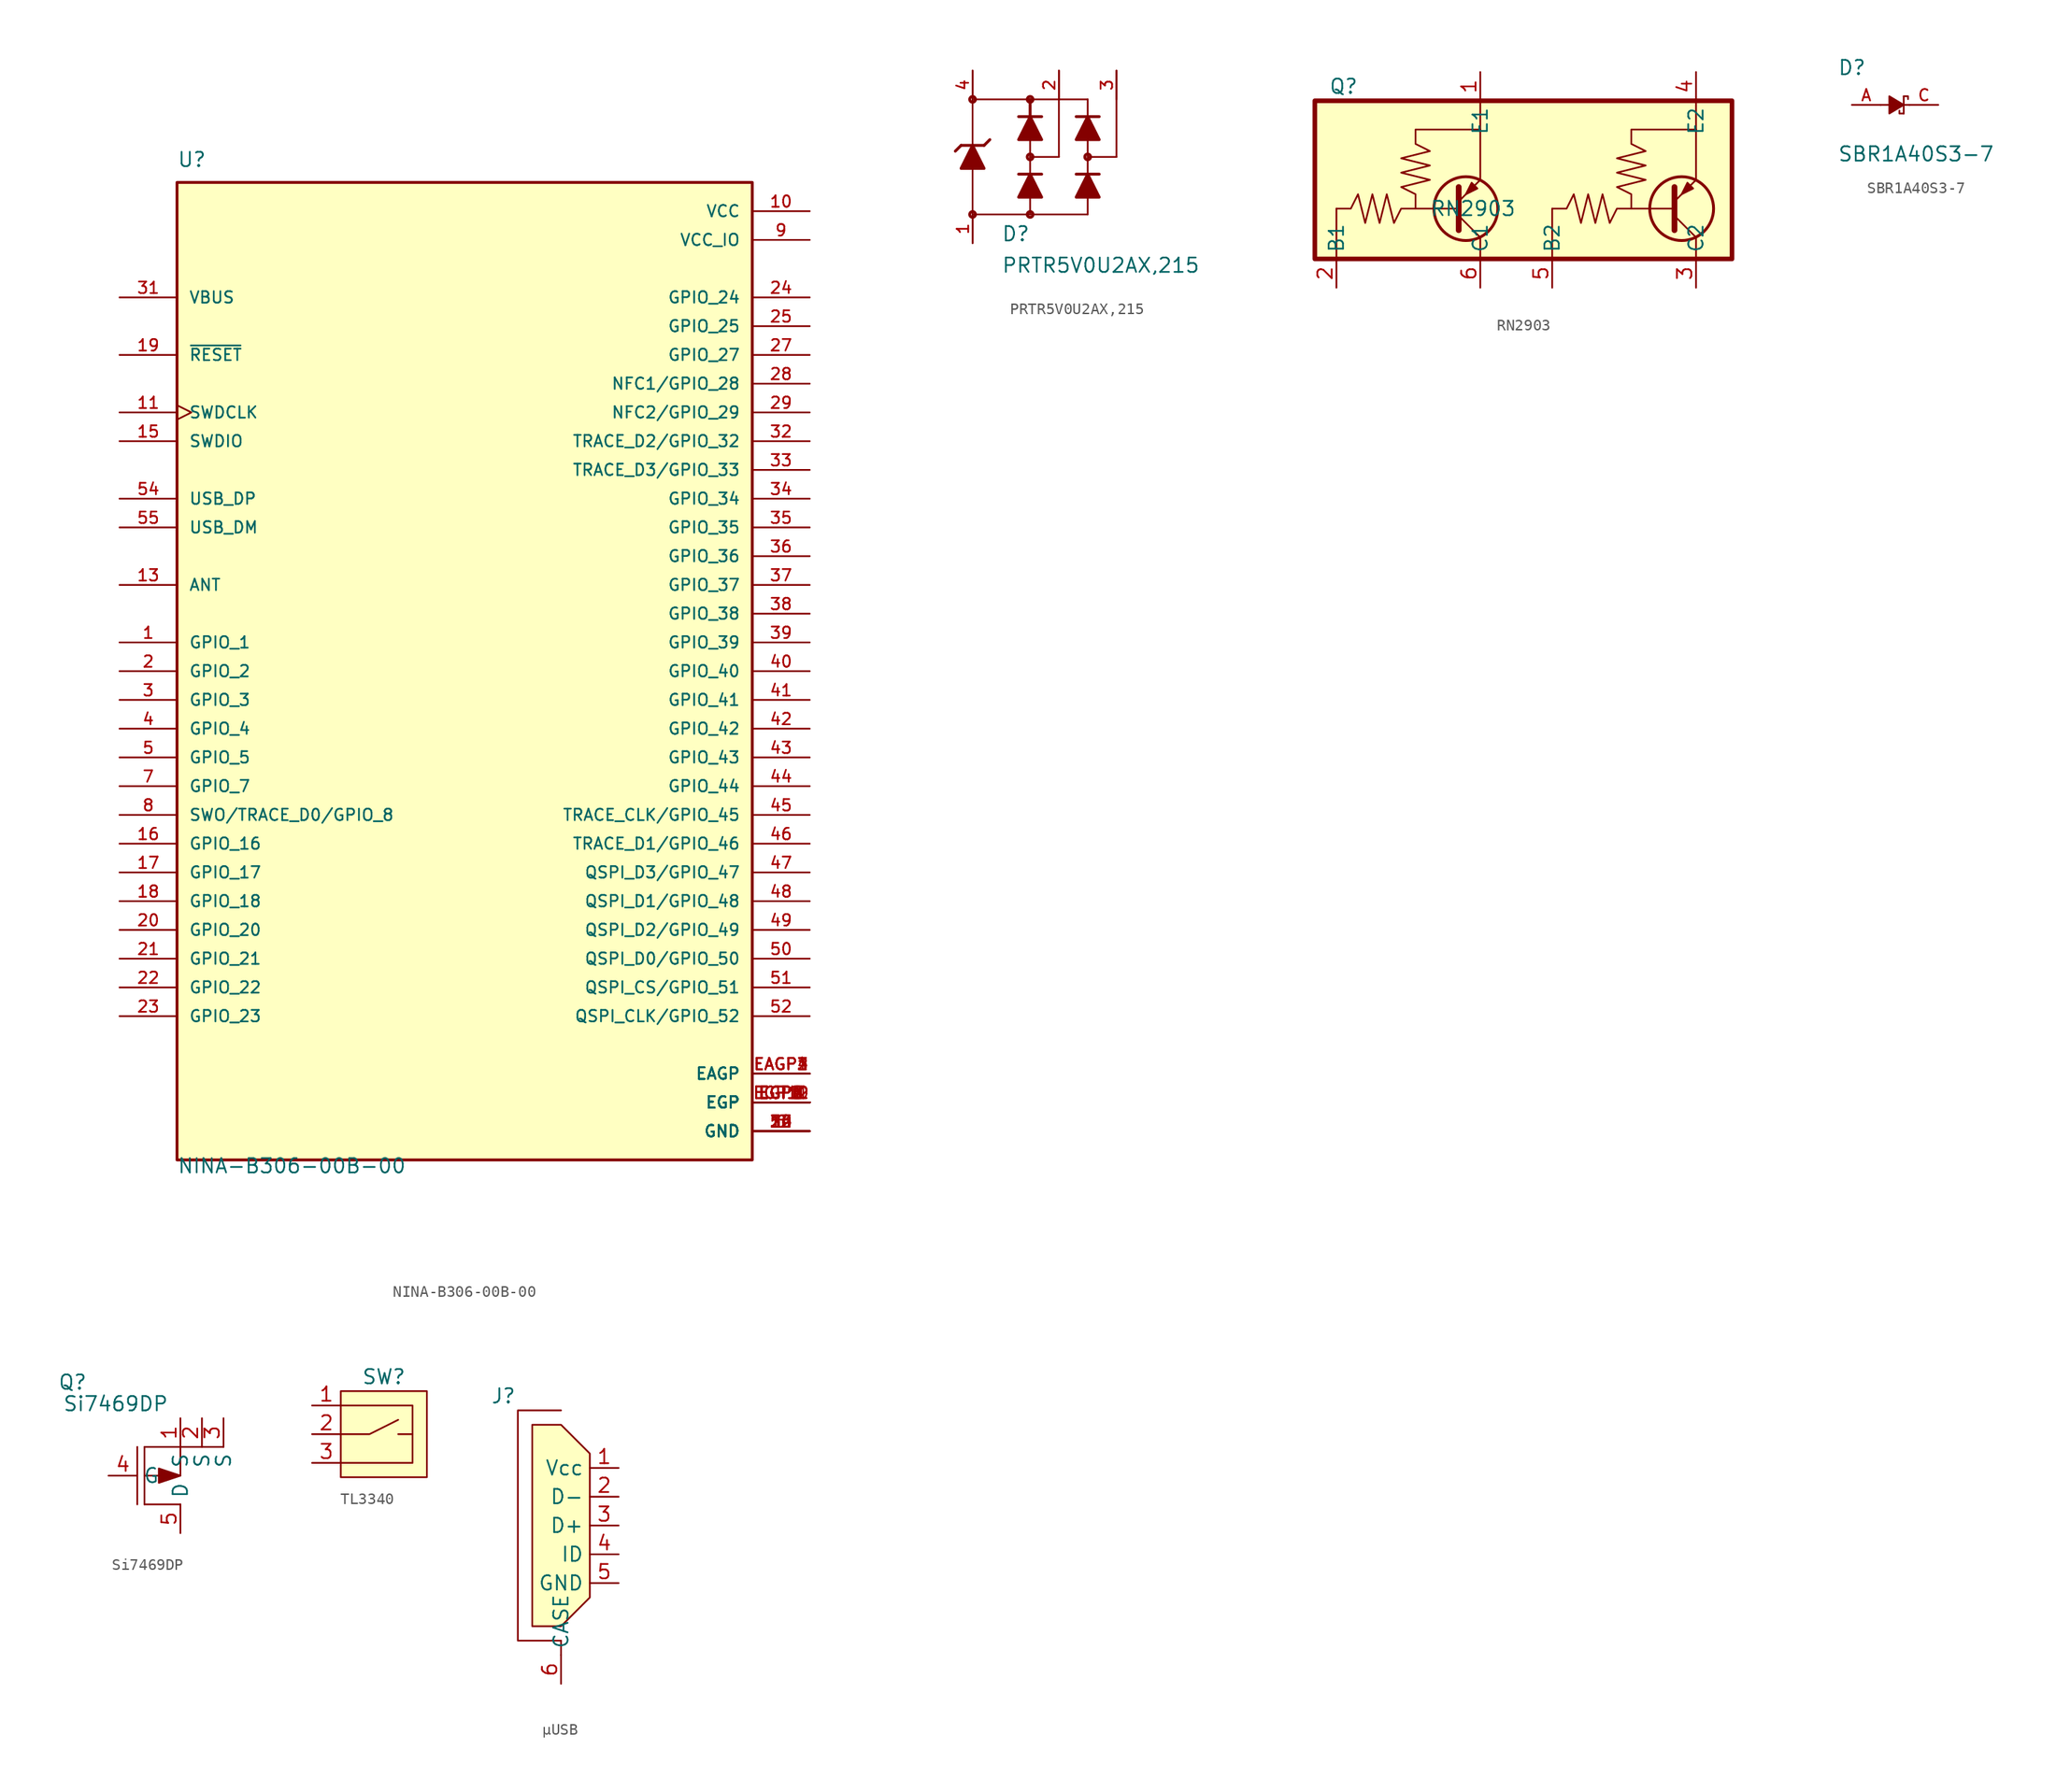
<source format=kicad_sym>
(kicad_symbol_lib
  (version 20241209)
  (generator "kicad_symbol_editor")
  (generator_version "9.0")
  (symbol "NINA-B306-00B-00"
    (pin_names
      (offset 1.016))
    (property "Reference" "U"
      (at -25.4 44.45 0)
      (effects (font (size 1.27 1.27)) (justify left bottom)))
    (property "Value" "NINA-B306-00B-00"
      (at -25.4 -44.45 0)
      (effects (font (size 1.27 1.27)) (justify left bottom)))
    (property "ki_locked" ""
      (at 0 0 0)
      (effects (font (size 1.27 1.27))))
    (symbol "NINA-B306-00B-00_0_0"
      (rectangle (start -25.4 -43.18) (end 25.4 43.18) (stroke (width 0.254) (type default)) (fill (type background)))
      (pin input line (at -30.48 33.02 0) (length 5.08) (name "VBUS" (effects (font (size 1.016 1.016)))) (number "31" (effects (font (size 1.016 1.016)))))
      (pin bidirectional line (at -30.48 27.94 0) (length 5.08) (name "~{RESET}" (effects (font (size 1.016 1.016)))) (number "19" (effects (font (size 1.016 1.016)))))
      (pin input clock (at -30.48 22.86 0) (length 5.08) (name "SWDCLK" (effects (font (size 1.016 1.016)))) (number "11" (effects (font (size 1.016 1.016)))))
      (pin bidirectional line (at -30.48 20.32 0) (length 5.08) (name "SWDIO" (effects (font (size 1.016 1.016)))) (number "15" (effects (font (size 1.016 1.016)))))
      (pin bidirectional line (at -30.48 15.24 0) (length 5.08) (name "USB_DP" (effects (font (size 1.016 1.016)))) (number "54" (effects (font (size 1.016 1.016)))))
      (pin bidirectional line (at -30.48 12.7 0) (length 5.08) (name "USB_DM" (effects (font (size 1.016 1.016)))) (number "55" (effects (font (size 1.016 1.016)))))
      (pin bidirectional line (at -30.48 7.62 0) (length 5.08) (name "ANT" (effects (font (size 1.016 1.016)))) (number "13" (effects (font (size 1.016 1.016)))))
      (pin bidirectional line (at -30.48 2.54 0) (length 5.08) (name "GPIO_1" (effects (font (size 1.016 1.016)))) (number "1" (effects (font (size 1.016 1.016)))))
      (pin bidirectional line (at -30.48 0 0) (length 5.08) (name "GPIO_2" (effects (font (size 1.016 1.016)))) (number "2" (effects (font (size 1.016 1.016)))))
      (pin bidirectional line (at -30.48 -2.54 0) (length 5.08) (name "GPIO_3" (effects (font (size 1.016 1.016)))) (number "3" (effects (font (size 1.016 1.016)))))
      (pin bidirectional line (at -30.48 -5.08 0) (length 5.08) (name "GPIO_4" (effects (font (size 1.016 1.016)))) (number "4" (effects (font (size 1.016 1.016)))))
      (pin bidirectional line (at -30.48 -7.62 0) (length 5.08) (name "GPIO_5" (effects (font (size 1.016 1.016)))) (number "5" (effects (font (size 1.016 1.016)))))
      (pin bidirectional line (at -30.48 -10.16 0) (length 5.08) (name "GPIO_7" (effects (font (size 1.016 1.016)))) (number "7" (effects (font (size 1.016 1.016)))))
      (pin bidirectional line (at -30.48 -12.7 0) (length 5.08) (name "SWO/TRACE_D0/GPIO_8" (effects (font (size 1.016 1.016)))) (number "8" (effects (font (size 1.016 1.016)))))
      (pin bidirectional line (at -30.48 -15.24 0) (length 5.08) (name "GPIO_16" (effects (font (size 1.016 1.016)))) (number "16" (effects (font (size 1.016 1.016)))))
      (pin bidirectional line (at -30.48 -17.78 0) (length 5.08) (name "GPIO_17" (effects (font (size 1.016 1.016)))) (number "17" (effects (font (size 1.016 1.016)))))
      (pin bidirectional line (at -30.48 -20.32 0) (length 5.08) (name "GPIO_18" (effects (font (size 1.016 1.016)))) (number "18" (effects (font (size 1.016 1.016)))))
      (pin bidirectional line (at -30.48 -22.86 0) (length 5.08) (name "GPIO_20" (effects (font (size 1.016 1.016)))) (number "20" (effects (font (size 1.016 1.016)))))
      (pin bidirectional line (at -30.48 -25.4 0) (length 5.08) (name "GPIO_21" (effects (font (size 1.016 1.016)))) (number "21" (effects (font (size 1.016 1.016)))))
      (pin bidirectional line (at -30.48 -27.94 0) (length 5.08) (name "GPIO_22" (effects (font (size 1.016 1.016)))) (number "22" (effects (font (size 1.016 1.016)))))
      (pin bidirectional line (at -30.48 -30.48 0) (length 5.08) (name "GPIO_23" (effects (font (size 1.016 1.016)))) (number "23" (effects (font (size 1.016 1.016)))))
      (pin power_in line (at 30.48 40.64 180) (length 5.08) (name "VCC" (effects (font (size 1.016 1.016)))) (number "10" (effects (font (size 1.016 1.016)))))
      (pin power_in line (at 30.48 38.1 180) (length 5.08) (name "VCC_IO" (effects (font (size 1.016 1.016)))) (number "9" (effects (font (size 1.016 1.016)))))
      (pin bidirectional line (at 30.48 33.02 180) (length 5.08) (name "GPIO_24" (effects (font (size 1.016 1.016)))) (number "24" (effects (font (size 1.016 1.016)))))
      (pin bidirectional line (at 30.48 30.48 180) (length 5.08) (name "GPIO_25" (effects (font (size 1.016 1.016)))) (number "25" (effects (font (size 1.016 1.016)))))
      (pin bidirectional line (at 30.48 27.94 180) (length 5.08) (name "GPIO_27" (effects (font (size 1.016 1.016)))) (number "27" (effects (font (size 1.016 1.016)))))
      (pin bidirectional line (at 30.48 25.4 180) (length 5.08) (name "NFC1/GPIO_28" (effects (font (size 1.016 1.016)))) (number "28" (effects (font (size 1.016 1.016)))))
      (pin bidirectional line (at 30.48 22.86 180) (length 5.08) (name "NFC2/GPIO_29" (effects (font (size 1.016 1.016)))) (number "29" (effects (font (size 1.016 1.016)))))
      (pin bidirectional line (at 30.48 20.32 180) (length 5.08) (name "TRACE_D2/GPIO_32" (effects (font (size 1.016 1.016)))) (number "32" (effects (font (size 1.016 1.016)))))
      (pin bidirectional line (at 30.48 17.78 180) (length 5.08) (name "TRACE_D3/GPIO_33" (effects (font (size 1.016 1.016)))) (number "33" (effects (font (size 1.016 1.016)))))
      (pin bidirectional line (at 30.48 15.24 180) (length 5.08) (name "GPIO_34" (effects (font (size 1.016 1.016)))) (number "34" (effects (font (size 1.016 1.016)))))
      (pin bidirectional line (at 30.48 12.7 180) (length 5.08) (name "GPIO_35" (effects (font (size 1.016 1.016)))) (number "35" (effects (font (size 1.016 1.016)))))
      (pin bidirectional line (at 30.48 10.16 180) (length 5.08) (name "GPIO_36" (effects (font (size 1.016 1.016)))) (number "36" (effects (font (size 1.016 1.016)))))
      (pin bidirectional line (at 30.48 7.62 180) (length 5.08) (name "GPIO_37" (effects (font (size 1.016 1.016)))) (number "37" (effects (font (size 1.016 1.016)))))
      (pin bidirectional line (at 30.48 5.08 180) (length 5.08) (name "GPIO_38" (effects (font (size 1.016 1.016)))) (number "38" (effects (font (size 1.016 1.016)))))
      (pin bidirectional line (at 30.48 2.54 180) (length 5.08) (name "GPIO_39" (effects (font (size 1.016 1.016)))) (number "39" (effects (font (size 1.016 1.016)))))
      (pin bidirectional line (at 30.48 0 180) (length 5.08) (name "GPIO_40" (effects (font (size 1.016 1.016)))) (number "40" (effects (font (size 1.016 1.016)))))
      (pin bidirectional line (at 30.48 -2.54 180) (length 5.08) (name "GPIO_41" (effects (font (size 1.016 1.016)))) (number "41" (effects (font (size 1.016 1.016)))))
      (pin bidirectional line (at 30.48 -5.08 180) (length 5.08) (name "GPIO_42" (effects (font (size 1.016 1.016)))) (number "42" (effects (font (size 1.016 1.016)))))
      (pin bidirectional line (at 30.48 -7.62 180) (length 5.08) (name "GPIO_43" (effects (font (size 1.016 1.016)))) (number "43" (effects (font (size 1.016 1.016)))))
      (pin bidirectional line (at 30.48 -10.16 180) (length 5.08) (name "GPIO_44" (effects (font (size 1.016 1.016)))) (number "44" (effects (font (size 1.016 1.016)))))
      (pin bidirectional line (at 30.48 -12.7 180) (length 5.08) (name "TRACE_CLK/GPIO_45" (effects (font (size 1.016 1.016)))) (number "45" (effects (font (size 1.016 1.016)))))
      (pin bidirectional line (at 30.48 -15.24 180) (length 5.08) (name "TRACE_D1/GPIO_46" (effects (font (size 1.016 1.016)))) (number "46" (effects (font (size 1.016 1.016)))))
      (pin bidirectional line (at 30.48 -17.78 180) (length 5.08) (name "QSPI_D3/GPIO_47" (effects (font (size 1.016 1.016)))) (number "47" (effects (font (size 1.016 1.016)))))
      (pin bidirectional line (at 30.48 -20.32 180) (length 5.08) (name "QSPI_D1/GPIO_48" (effects (font (size 1.016 1.016)))) (number "48" (effects (font (size 1.016 1.016)))))
      (pin bidirectional line (at 30.48 -22.86 180) (length 5.08) (name "QSPI_D2/GPIO_49" (effects (font (size 1.016 1.016)))) (number "49" (effects (font (size 1.016 1.016)))))
      (pin bidirectional line (at 30.48 -25.4 180) (length 5.08) (name "QSPI_D0/GPIO_50" (effects (font (size 1.016 1.016)))) (number "50" (effects (font (size 1.016 1.016)))))
      (pin bidirectional line (at 30.48 -27.94 180) (length 5.08) (name "QSPI_CS/GPIO_51" (effects (font (size 1.016 1.016)))) (number "51" (effects (font (size 1.016 1.016)))))
      (pin bidirectional line (at 30.48 -30.48 180) (length 5.08) (name "QSPI_CLK/GPIO_52" (effects (font (size 1.016 1.016)))) (number "52" (effects (font (size 1.016 1.016)))))
      (pin power_in line (at 30.48 -35.56 180) (length 5.08) (name "EAGP" (effects (font (size 1.016 1.016)))) (number "EAGP1" (effects (font (size 1.016 1.016)))))
      (pin power_in line (at 30.48 -35.56 180) (length 5.08) (name "EAGP" (effects (font (size 1.016 1.016)))) (number "EAGP2" (effects (font (size 1.016 1.016)))))
      (pin power_in line (at 30.48 -35.56 180) (length 5.08) (name "EAGP" (effects (font (size 1.016 1.016)))) (number "EAGP3" (effects (font (size 1.016 1.016)))))
      (pin power_in line (at 30.48 -35.56 180) (length 5.08) (name "EAGP" (effects (font (size 1.016 1.016)))) (number "EAGP4" (effects (font (size 1.016 1.016)))))
      (pin power_in line (at 30.48 -38.1 180) (length 5.08) (name "EGP" (effects (font (size 1.016 1.016)))) (number "EGP1" (effects (font (size 1.016 1.016)))))
      (pin power_in line (at 30.48 -38.1 180) (length 5.08) (name "EGP" (effects (font (size 1.016 1.016)))) (number "EGP10" (effects (font (size 1.016 1.016)))))
      (pin power_in line (at 30.48 -38.1 180) (length 5.08) (name "EGP" (effects (font (size 1.016 1.016)))) (number "EGP11" (effects (font (size 1.016 1.016)))))
      (pin power_in line (at 30.48 -38.1 180) (length 5.08) (name "EGP" (effects (font (size 1.016 1.016)))) (number "EGP12" (effects (font (size 1.016 1.016)))))
      (pin power_in line (at 30.48 -38.1 180) (length 5.08) (name "EGP" (effects (font (size 1.016 1.016)))) (number "EGP2" (effects (font (size 1.016 1.016)))))
      (pin power_in line (at 30.48 -38.1 180) (length 5.08) (name "EGP" (effects (font (size 1.016 1.016)))) (number "EGP3" (effects (font (size 1.016 1.016)))))
      (pin power_in line (at 30.48 -38.1 180) (length 5.08) (name "EGP" (effects (font (size 1.016 1.016)))) (number "EGP4" (effects (font (size 1.016 1.016)))))
      (pin power_in line (at 30.48 -38.1 180) (length 5.08) (name "EGP" (effects (font (size 1.016 1.016)))) (number "EGP5" (effects (font (size 1.016 1.016)))))
      (pin power_in line (at 30.48 -38.1 180) (length 5.08) (name "EGP" (effects (font (size 1.016 1.016)))) (number "EGP6" (effects (font (size 1.016 1.016)))))
      (pin power_in line (at 30.48 -38.1 180) (length 5.08) (name "EGP" (effects (font (size 1.016 1.016)))) (number "EGP7" (effects (font (size 1.016 1.016)))))
      (pin power_in line (at 30.48 -38.1 180) (length 5.08) (name "EGP" (effects (font (size 1.016 1.016)))) (number "EGP8" (effects (font (size 1.016 1.016)))))
      (pin power_in line (at 30.48 -38.1 180) (length 5.08) (name "EGP" (effects (font (size 1.016 1.016)))) (number "EGP9" (effects (font (size 1.016 1.016)))))
      (pin power_in line (at 30.48 -40.64 180) (length 5.08) (name "GND" (effects (font (size 1.016 1.016)))) (number "12" (effects (font (size 1.016 1.016)))))
      (pin power_in line (at 30.48 -40.64 180) (length 5.08) (name "GND" (effects (font (size 1.016 1.016)))) (number "14" (effects (font (size 1.016 1.016)))))
      (pin power_in line (at 30.48 -40.64 180) (length 5.08) (name "GND" (effects (font (size 1.016 1.016)))) (number "26" (effects (font (size 1.016 1.016)))))
      (pin power_in line (at 30.48 -40.64 180) (length 5.08) (name "GND" (effects (font (size 1.016 1.016)))) (number "30" (effects (font (size 1.016 1.016)))))
      (pin power_in line (at 30.48 -40.64 180) (length 5.08) (name "GND" (effects (font (size 1.016 1.016)))) (number "53" (effects (font (size 1.016 1.016)))))
      (pin power_in line (at 30.48 -40.64 180) (length 5.08) (name "GND" (effects (font (size 1.016 1.016)))) (number "6" (effects (font (size 1.016 1.016)))))))
  (symbol "PRTR5V0U2AX,215"
    (pin_names
      (offset 1.016))
    (property "Reference" "D"
      (at -2.548 -7.541 0)
      (effects (font (size 1.27 1.27)) (justify left bottom)))
    (property "Value" "PRTR5V0U2AX,215"
      (at -2.542 -10.318 0)
      (effects (font (size 1.27 1.27)) (justify left bottom)))
    (symbol "PRTR5V0U2AX,215_0_0"
      (polyline (pts (xy -6.096 1.016) (xy -6.604 0.508)) (stroke (width 0.254) (type default)) (fill (type none)))
      (polyline (pts (xy -6.096 1.016) (xy -5.08 1.016)) (stroke (width 0.254) (type default)) (fill (type none)))
      (polyline (pts (xy -6.096 -1.016) (xy -5.08 1.016) (xy -4.064 -1.016) (xy -6.096 -1.016)) (stroke (width 0.254) (type default)) (fill (type outline)))
      (circle (center -5.08 5.08) (radius 0.254) (stroke (width 0.254) (type default)) (fill (type none)))
      (polyline (pts (xy -5.08 1.016) (xy -5.08 7.62)) (stroke (width 0.152) (type default)) (fill (type none)))
      (polyline (pts (xy -5.08 1.016) (xy -4.064 1.016)) (stroke (width 0.254) (type default)) (fill (type none)))
      (polyline (pts (xy -5.08 -1.016) (xy -5.08 -7.62)) (stroke (width 0.152) (type default)) (fill (type none)))
      (circle (center -5.08 -5.08) (radius 0.254) (stroke (width 0.254) (type default)) (fill (type none)))
      (polyline (pts (xy -4.064 1.016) (xy -3.556 1.524)) (stroke (width 0.254) (type default)) (fill (type none)))
      (polyline (pts (xy -1.016 3.556) (xy 0 3.556)) (stroke (width 0.254) (type default)) (fill (type none)))
      (polyline (pts (xy -1.016 1.524) (xy 0 3.556) (xy 1.016 1.524) (xy -1.016 1.524)) (stroke (width 0.254) (type default)) (fill (type outline)))
      (polyline (pts (xy -1.016 -1.524) (xy 0 -1.524)) (stroke (width 0.254) (type default)) (fill (type none)))
      (polyline (pts (xy -1.016 -3.556) (xy 0 -1.524) (xy 1.016 -3.556) (xy -1.016 -3.556)) (stroke (width 0.254) (type default)) (fill (type outline)))
      (circle (center 0 5.08) (radius 0.254) (stroke (width 0.254) (type default)) (fill (type none)))
      (polyline (pts (xy 0 5.08) (xy -5.08 5.08)) (stroke (width 0.152) (type default)) (fill (type none)))
      (polyline (pts (xy 0 3.556) (xy 0 5.08)) (stroke (width 0.254) (type default)) (fill (type none)))
      (polyline (pts (xy 0 3.556) (xy 1.016 3.556)) (stroke (width 0.254) (type default)) (fill (type none)))
      (polyline (pts (xy 0 0) (xy 0 1.524)) (stroke (width 0.152) (type default)) (fill (type none)))
      (polyline (pts (xy 0 0) (xy 2.54 0)) (stroke (width 0.152) (type default)) (fill (type none)))
      (circle (center 0 0) (radius 0.254) (stroke (width 0.254) (type default)) (fill (type none)))
      (polyline (pts (xy 0 -1.524) (xy 0 0)) (stroke (width 0.152) (type default)) (fill (type none)))
      (polyline (pts (xy 0 -1.524) (xy 1.016 -1.524)) (stroke (width 0.254) (type default)) (fill (type none)))
      (polyline (pts (xy 0 -3.556) (xy 0 -5.08)) (stroke (width 0.152) (type default)) (fill (type none)))
      (polyline (pts (xy 0 -5.08) (xy -5.08 -5.08)) (stroke (width 0.152) (type default)) (fill (type none)))
      (circle (center 0 -5.08) (radius 0.254) (stroke (width 0.254) (type default)) (fill (type none)))
      (polyline (pts (xy 2.54 0) (xy 2.54 7.62)) (stroke (width 0.152) (type default)) (fill (type none)))
      (polyline (pts (xy 4.064 3.556) (xy 5.08 3.556)) (stroke (width 0.254) (type default)) (fill (type none)))
      (polyline (pts (xy 4.064 1.524) (xy 5.08 3.556) (xy 6.096 1.524) (xy 4.064 1.524)) (stroke (width 0.254) (type default)) (fill (type outline)))
      (polyline (pts (xy 4.064 -1.524) (xy 5.08 -1.524)) (stroke (width 0.254) (type default)) (fill (type none)))
      (polyline (pts (xy 4.064 -3.556) (xy 5.08 -1.524) (xy 6.096 -3.556) (xy 4.064 -3.556)) (stroke (width 0.254) (type default)) (fill (type outline)))
      (polyline (pts (xy 5.08 5.08) (xy 0 5.08)) (stroke (width 0.152) (type default)) (fill (type none)))
      (polyline (pts (xy 5.08 3.556) (xy 5.08 5.08)) (stroke (width 0.152) (type default)) (fill (type none)))
      (polyline (pts (xy 5.08 3.556) (xy 6.096 3.556)) (stroke (width 0.254) (type default)) (fill (type none)))
      (polyline (pts (xy 5.08 0) (xy 5.08 1.524)) (stroke (width 0.152) (type default)) (fill (type none)))
      (polyline (pts (xy 5.08 0) (xy 7.62 0)) (stroke (width 0.152) (type default)) (fill (type none)))
      (circle (center 5.08 0) (radius 0.254) (stroke (width 0.254) (type default)) (fill (type none)))
      (polyline (pts (xy 5.08 -1.524) (xy 5.08 0)) (stroke (width 0.152) (type default)) (fill (type none)))
      (polyline (pts (xy 5.08 -1.524) (xy 6.096 -1.524)) (stroke (width 0.254) (type default)) (fill (type none)))
      (polyline (pts (xy 5.08 -3.556) (xy 5.08 -5.08)) (stroke (width 0.152) (type default)) (fill (type none)))
      (polyline (pts (xy 5.08 -5.08) (xy 0 -5.08)) (stroke (width 0.152) (type default)) (fill (type none)))
      (polyline (pts (xy 7.62 0) (xy 7.62 7.62)) (stroke (width 0.152) (type default)) (fill (type none)))
      (pin passive line (at -5.08 7.62 270) (length 2.54) (name "~" (effects (font (size 1.016 1.016)))) (number "4" (effects (font (size 1.016 1.016)))))
      (pin passive line (at -5.08 -7.62 90) (length 2.54) (name "~" (effects (font (size 1.016 1.016)))) (number "1" (effects (font (size 1.016 1.016)))))
      (pin passive line (at 2.54 7.62 270) (length 2.54) (name "~" (effects (font (size 1.016 1.016)))) (number "2" (effects (font (size 1.016 1.016)))))
      (pin passive line (at 7.62 7.62 270) (length 2.54) (name "~" (effects (font (size 1.016 1.016)))) (number "3" (effects (font (size 1.016 1.016)))))))
  (symbol "RN2903"
    (property "Reference" "Q"
      (at -15.875 10.16 0)
      (effects (font (size 1.27 1.27))))
    (property "Value" "RN2903"
      (at -4.445 -0.635 0)
      (effects (font (size 1.27 1.27))))
    (symbol "RN2903_0_0"
      (rectangle (start -18.415 8.89) (end 18.415 -5.08) (stroke (width 0.41) (type default)) (fill (type background))))
    (symbol "RN2903_0_1"
      (polyline (pts (xy -16.51 -0.635) (xy -16.51 -5.08)) (stroke (width 0) (type default)) (fill (type none)))
      (polyline (pts (xy -9.525 -0.635) (xy -9.525 0.635) (xy -10.795 1.27) (xy -8.255 1.905) (xy -10.795 2.54) (xy -8.255 3.175) (xy -10.795 3.81) (xy -8.255 4.445) (xy -9.525 5.08) (xy -9.525 6.35) (xy -3.81 6.35)) (stroke (width 0) (type default)) (fill (type none)))
      (polyline (pts (xy -5.715 0) (xy -3.81 1.905) (xy -3.81 1.905)) (stroke (width 0) (type default)) (fill (type none)))
      (polyline (pts (xy -5.715 -0.635) (xy -10.795 -0.635) (xy -11.43 -1.905) (xy -12.065 0.635) (xy -12.7 -1.905) (xy -13.335 0.635) (xy -13.97 -1.905) (xy -14.605 0.635) (xy -15.24 -0.635) (xy -16.51 -0.635)) (stroke (width 0) (type default)) (fill (type none)))
      (polyline (pts (xy -5.715 -1.27) (xy -3.81 -3.175)) (stroke (width 0) (type default)) (fill (type none)))
      (polyline (pts (xy -5.715 -2.54) (xy -5.715 1.27) (xy -5.715 1.27)) (stroke (width 0.508) (type default)) (fill (type none)))
      (circle (center -5.08 -0.635) (radius 2.819) (stroke (width 0.254) (type default)) (fill (type none)))
      (polyline (pts (xy -4.064 1.143) (xy -4.572 1.651) (xy -5.08 0.635) (xy -4.064 1.143) (xy -4.064 1.143)) (stroke (width 0) (type default)) (fill (type outline)))
      (polyline (pts (xy -3.81 6.35) (xy -3.81 8.89)) (stroke (width 0) (type default)) (fill (type none)))
      (polyline (pts (xy -3.81 6.35) (xy -3.81 1.905)) (stroke (width 0) (type default)) (fill (type none)))
      (polyline (pts (xy -3.81 -5.08) (xy -3.81 -3.175)) (stroke (width 0) (type default)) (fill (type none)))
      (polyline (pts (xy 2.54 -0.635) (xy 2.54 -5.08)) (stroke (width 0) (type default)) (fill (type none)))
      (polyline (pts (xy 9.525 -0.635) (xy 9.525 0.635) (xy 8.255 1.27) (xy 10.795 1.905) (xy 8.255 2.54) (xy 10.795 3.175) (xy 8.255 3.81) (xy 10.795 4.445) (xy 9.525 5.08) (xy 9.525 6.35) (xy 15.24 6.35)) (stroke (width 0) (type default)) (fill (type none)))
      (polyline (pts (xy 13.335 0) (xy 15.24 1.905) (xy 15.24 1.905)) (stroke (width 0) (type default)) (fill (type none)))
      (polyline (pts (xy 13.335 -0.635) (xy 8.255 -0.635) (xy 7.62 -1.905) (xy 6.985 0.635) (xy 6.35 -1.905) (xy 5.715 0.635) (xy 5.08 -1.905) (xy 4.445 0.635) (xy 3.81 -0.635) (xy 2.54 -0.635)) (stroke (width 0) (type default)) (fill (type none)))
      (polyline (pts (xy 13.335 -1.27) (xy 15.24 -3.175)) (stroke (width 0) (type default)) (fill (type none)))
      (polyline (pts (xy 13.335 -2.54) (xy 13.335 1.27) (xy 13.335 1.27)) (stroke (width 0.508) (type default)) (fill (type none)))
      (circle (center 13.97 -0.635) (radius 2.819) (stroke (width 0.254) (type default)) (fill (type none)))
      (polyline (pts (xy 14.986 1.143) (xy 14.478 1.651) (xy 13.97 0.635) (xy 14.986 1.143) (xy 14.986 1.143)) (stroke (width 0) (type default)) (fill (type outline)))
      (polyline (pts (xy 15.24 6.35) (xy 15.24 8.89)) (stroke (width 0) (type default)) (fill (type none)))
      (polyline (pts (xy 15.24 6.35) (xy 15.24 1.905)) (stroke (width 0) (type default)) (fill (type none)))
      (polyline (pts (xy 15.24 -5.08) (xy 15.24 -3.175)) (stroke (width 0) (type default)) (fill (type none))))
    (symbol "RN2903_1_1"
      (pin input line (at -16.51 -7.62 90) (length 2.54) (name "B1" (effects (font (size 1.27 1.27)))) (number "2" (effects (font (size 1.27 1.27)))))
      (pin passive line (at -3.81 11.43 270) (length 2.54) (name "E1" (effects (font (size 1.27 1.27)))) (number "1" (effects (font (size 1.27 1.27)))))
      (pin passive line (at -3.81 -7.62 90) (length 2.54) (name "C1" (effects (font (size 1.27 1.27)))) (number "6" (effects (font (size 1.27 1.27)))))
      (pin input line (at 2.54 -7.62 90) (length 2.54) (name "B2" (effects (font (size 1.27 1.27)))) (number "5" (effects (font (size 1.27 1.27)))))
      (pin passive line (at 15.24 11.43 270) (length 2.54) (name "E2" (effects (font (size 1.27 1.27)))) (number "4" (effects (font (size 1.27 1.27)))))
      (pin passive line (at 15.24 -7.62 90) (length 2.54) (name "C2" (effects (font (size 1.27 1.27)))) (number "3" (effects (font (size 1.27 1.27)))))))
  (symbol "SBR1A40S3-7"
    (pin_names
      (offset 1.016))
    (property "Reference" "D"
      (at -5.08 2.54 0)
      (effects (font (size 1.27 1.27)) (justify left bottom)))
    (property "Value" "SBR1A40S3-7"
      (at -5.08 -5.08 0)
      (effects (font (size 1.27 1.27)) (justify left bottom)))
    (symbol "SBR1A40S3-7_0_0"
      (polyline (pts (xy 0.762 0) (xy -0.508 -0.762) (xy -0.508 0.762) (xy 0.762 0)) (stroke (width 0.152) (type default)) (fill (type outline)))
      (polyline (pts (xy 0.762 -0.762) (xy 0.762 0.762)) (stroke (width 0.152) (type default)) (fill (type none)))
      (pin passive line (at -3.81 0 0) (length 2.54) (name "~" (effects (font (size 1.016 1.016)))) (number "A" (effects (font (size 1.016 1.016)))))
      (pin passive line (at 3.81 0 180) (length 2.54) (name "~" (effects (font (size 1.016 1.016)))) (number "C" (effects (font (size 1.016 1.016))))))
    (symbol "SBR1A40S3-7_0_1"
      (polyline (pts (xy -1.27 0) (xy 1.27 0)) (stroke (width 0) (type default)) (fill (type none)))
      (polyline (pts (xy 0.762 0.762) (xy 1.143 0.762) (xy 1.143 0.508)) (stroke (width 0) (type default)) (fill (type none)))
      (polyline (pts (xy 0.762 -0.762) (xy 0.381 -0.762) (xy 0.381 -0.508)) (stroke (width 0) (type default)) (fill (type none)))))
  (symbol "Si7469DP"
    (property "Reference" "Q"
      (at -5.715 8.255 0)
      (effects (font (size 1.27 1.27))))
    (property "Value" "Si7469DP"
      (at -1.905 6.35 0)
      (effects (font (size 1.27 1.27))))
    (symbol "Si7469DP_0_1"
      (polyline (pts (xy 0 2.54) (xy 0 -2.54)) (stroke (width 0) (type default)) (fill (type none)))
      (polyline (pts (xy 0.635 -2.54) (xy 3.81 -2.54)) (stroke (width 0) (type default)) (fill (type none)))
      (polyline (pts (xy 3.81 2.54) (xy 0.635 2.54)) (stroke (width 0) (type default)) (fill (type none)))
      (polyline (pts (xy 3.81 2.54) (xy 7.62 2.54)) (stroke (width 0) (type default)) (fill (type none)))
      (polyline (pts (xy 3.81 0) (xy 0.635 0)) (stroke (width 0) (type default)) (fill (type none)))
      (polyline (pts (xy 3.81 0) (xy 3.81 2.54)) (stroke (width 0) (type default)) (fill (type none)))
      (polyline (pts (xy 3.81 0) (xy 1.905 0.635) (xy 1.905 -0.635) (xy 3.81 0)) (stroke (width 0) (type default)) (fill (type outline))))
    (symbol "Si7469DP_1_1"
      (polyline (pts (xy 0.635 -2.54) (xy 0.635 2.54)) (stroke (width 0) (type default)) (fill (type none)))
      (pin passive line (at -2.54 0 0) (length 2.54) (name "G" (effects (font (size 1.27 1.27)))) (number "4" (effects (font (size 1.27 1.27)))))
      (pin passive line (at 3.81 5.08 270) (length 2.54) (name "S" (effects (font (size 1.27 1.27)))) (number "1" (effects (font (size 1.27 1.27)))))
      (pin passive line (at 3.81 -5.08 90) (length 2.54) (name "D" (effects (font (size 1.27 1.27)))) (number "5" (effects (font (size 1.27 1.27)))))
      (pin passive line (at 5.715 5.08 270) (length 2.54) (name "S" (effects (font (size 1.27 1.27)))) (number "2" (effects (font (size 1.27 1.27)))))
      (pin passive line (at 7.62 5.08 270) (length 2.54) (name "S" (effects (font (size 1.27 1.27)))) (number "3" (effects (font (size 1.27 1.27)))))))
  (symbol "TL3340"
    (property "Reference" "SW"
      (at 0 5.08 0)
      (effects (font (size 1.27 1.27))))
    (property "Value" ""
      (at 0 0 0)
      (effects (font (size 1.27 1.27))))
    (symbol "TL3340_0_1"
      (polyline (pts (xy -3.81 2.54) (xy 2.54 2.54) (xy 2.54 -2.54) (xy -3.81 -2.54)) (stroke (width 0) (type default)) (fill (type none)))
      (polyline (pts (xy -3.81 0) (xy -1.27 0) (xy 1.27 1.27)) (stroke (width 0) (type default)) (fill (type none)))
      (polyline (pts (xy 1.27 0) (xy 2.54 0)) (stroke (width 0) (type default)) (fill (type none))))
    (symbol "TL3340_1_1"
      (rectangle (start -3.81 3.81) (end 3.81 -3.81) (stroke (width 0) (type solid)) (fill (type background)))
      (pin input line (at -6.35 2.54 0) (length 2.54) (name "" (effects (font (size 1.27 1.27)))) (number "1" (effects (font (size 1.27 1.27)))))
      (pin input line (at -6.35 0 0) (length 2.54) (name "" (effects (font (size 1.27 1.27)))) (number "2" (effects (font (size 1.27 1.27)))))
      (pin input line (at -6.35 -2.54 0) (length 2.54) (name "" (effects (font (size 1.27 1.27)))) (number "3" (effects (font (size 1.27 1.27)))))))
  (symbol "µUSB"
    (property "Reference" "J"
      (at 0 11.43 0)
      (effects (font (size 1.27 1.27))))
    (property "Value" ""
      (at 0 0 0)
      (effects (font (size 1.27 1.27))))
    (symbol "µUSB_0_1"
      (polyline (pts (xy 5.08 10.16) (xy 1.27 10.16) (xy 1.27 -10.16) (xy 5.08 -10.16)) (stroke (width 0) (type default)) (fill (type none)))
      (polyline (pts (xy 5.08 -10.16) (xy 5.08 -11.43)) (stroke (width 0) (type default)) (fill (type none))))
    (symbol "µUSB_1_1"
      (polyline (pts (xy 7.62 -6.35) (xy 7.62 6.35) (xy 5.08 8.89) (xy 2.54 8.89) (xy 2.54 -8.89) (xy 5.08 -8.89) (xy 7.62 -6.35)) (stroke (width 0) (type default)) (fill (type background)))
      (pin input line (at 5.08 -13.97 90) (length 2.54) (name "CASE" (effects (font (size 1.27 1.27)))) (number "6" (effects (font (size 1.27 1.27)))))
      (pin input line (at 10.16 5.08 180) (length 2.54) (name "Vcc" (effects (font (size 1.27 1.27)))) (number "1" (effects (font (size 1.27 1.27)))))
      (pin input line (at 10.16 2.54 180) (length 2.54) (name "D-" (effects (font (size 1.27 1.27)))) (number "2" (effects (font (size 1.27 1.27)))))
      (pin input line (at 10.16 0 180) (length 2.54) (name "D+" (effects (font (size 1.27 1.27)))) (number "3" (effects (font (size 1.27 1.27)))))
      (pin input line (at 10.16 -2.54 180) (length 2.54) (name "ID" (effects (font (size 1.27 1.27)))) (number "4" (effects (font (size 1.27 1.27)))))
      (pin input line (at 10.16 -5.08 180) (length 2.54) (name "GND" (effects (font (size 1.27 1.27)))) (number "5" (effects (font (size 1.27 1.27))))))))
</source>
